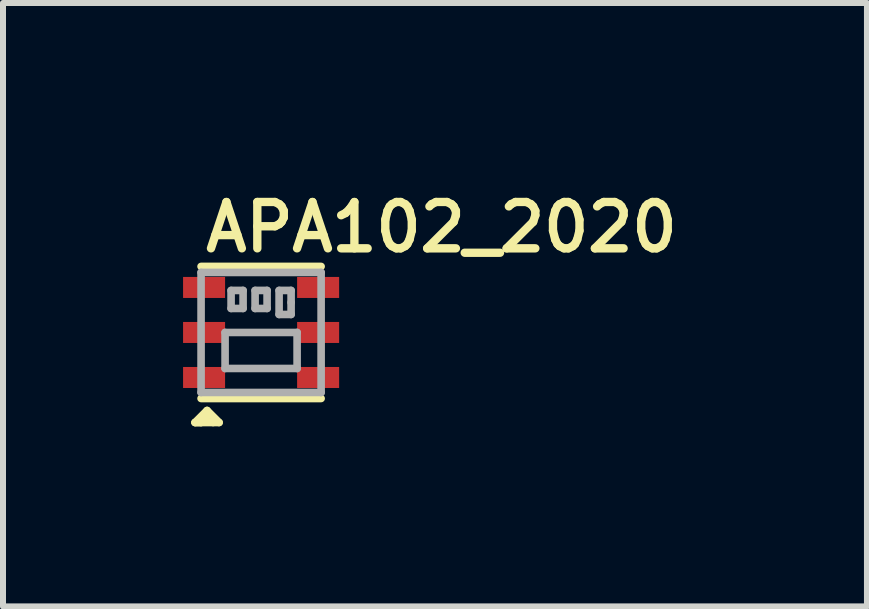
<source format=kicad_pcb>
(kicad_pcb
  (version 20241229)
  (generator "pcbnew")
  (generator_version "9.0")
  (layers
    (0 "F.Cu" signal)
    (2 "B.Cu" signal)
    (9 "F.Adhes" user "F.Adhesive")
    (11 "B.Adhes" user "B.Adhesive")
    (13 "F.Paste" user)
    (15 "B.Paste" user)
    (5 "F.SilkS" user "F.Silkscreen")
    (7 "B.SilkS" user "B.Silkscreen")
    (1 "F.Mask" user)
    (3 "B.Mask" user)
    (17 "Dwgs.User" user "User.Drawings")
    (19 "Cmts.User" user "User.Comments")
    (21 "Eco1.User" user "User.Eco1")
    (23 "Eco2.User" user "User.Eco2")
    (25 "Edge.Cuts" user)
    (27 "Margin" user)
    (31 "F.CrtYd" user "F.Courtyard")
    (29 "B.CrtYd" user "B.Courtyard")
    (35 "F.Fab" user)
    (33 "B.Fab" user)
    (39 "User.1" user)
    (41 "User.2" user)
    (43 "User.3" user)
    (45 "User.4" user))
  (footprint "APA102_2020"
    (layer "F.Cu")
    (at 1.3 2.489)
    (property "Reference" "APA102_2020" (at -1 -1.3 0) (layer "F.SilkS") (effects (font (size 0.772 0.772) (thickness 0.139)) (justify left bottom)))
    (attr through_hole)
    (fp_line (start -1.1 1.5) (end -1 1.5) (stroke (width 0.127) (type solid)) (layer "F.SilkS"))
    (fp_line (start -1.1 1.5) (end -0.8 1.5) (stroke (width 0.127) (type solid)) (layer "F.SilkS"))
    (fp_line (start -1 1.5) (end -0.9 1.4) (stroke (width 0.127) (type solid)) (layer "F.SilkS"))
    (fp_line (start -0.9 1.3) (end -1.1 1.5) (stroke (width 0.127) (type solid)) (layer "F.SilkS"))
    (fp_line (start -0.8 1.5) (end -0.7 1.5) (stroke (width 0.127) (type solid)) (layer "F.SilkS"))
    (fp_line (start -0.7 1.5) (end -0.9 1.3) (stroke (width 0.127) (type solid)) (layer "F.SilkS"))
    (fp_line (start 1 -1.1) (end -1 -1.1) (stroke (width 0.127) (type solid)) (layer "F.SilkS"))
    (fp_line (start 1 1.1) (end -1 1.1) (stroke (width 0.127) (type solid)) (layer "F.SilkS"))
    (fp_line (start -1 -1) (end 1 -1) (stroke (width 0.127) (type solid)) (layer "F.Fab"))
    (fp_line (start -1 1) (end -1 -1) (stroke (width 0.127) (type solid)) (layer "F.Fab"))
    (fp_line (start -0.6 0) (end 0.6 0) (stroke (width 0.127) (type solid)) (layer "F.Fab"))
    (fp_line (start -0.6 0.6) (end -0.6 0) (stroke (width 0.127) (type solid)) (layer "F.Fab"))
    (fp_line (start -0.5 -0.7) (end -0.3 -0.7) (stroke (width 0.127) (type solid)) (layer "F.Fab"))
    (fp_line (start -0.5 -0.4) (end -0.5 -0.7) (stroke (width 0.127) (type solid)) (layer "F.Fab"))
    (fp_line (start -0.3 -0.7) (end -0.3 -0.4) (stroke (width 0.127) (type solid)) (layer "F.Fab"))
    (fp_line (start -0.3 -0.4) (end -0.5 -0.4) (stroke (width 0.127) (type solid)) (layer "F.Fab"))
    (fp_line (start -0.1 -0.7) (end 0.1 -0.7) (stroke (width 0.127) (type solid)) (layer "F.Fab"))
    (fp_line (start -0.1 -0.4) (end -0.1 -0.7) (stroke (width 0.127) (type solid)) (layer "F.Fab"))
    (fp_line (start 0.1 -0.7) (end 0.1 -0.4) (stroke (width 0.127) (type solid)) (layer "F.Fab"))
    (fp_line (start 0.1 -0.4) (end -0.1 -0.4) (stroke (width 0.127) (type solid)) (layer "F.Fab"))
    (fp_line (start 0.3 -0.7) (end 0.5 -0.7) (stroke (width 0.127) (type solid)) (layer "F.Fab"))
    (fp_line (start 0.3 -0.3) (end 0.3 -0.7) (stroke (width 0.127) (type solid)) (layer "F.Fab"))
    (fp_line (start 0.5 -0.7) (end 0.5 -0.5) (stroke (width 0.127) (type solid)) (layer "F.Fab"))
    (fp_line (start 0.5 -0.5) (end 0.5 -0.3) (stroke (width 0.127) (type solid)) (layer "F.Fab"))
    (fp_line (start 0.5 -0.3) (end 0.3 -0.3) (stroke (width 0.127) (type solid)) (layer "F.Fab"))
    (fp_line (start 0.6 0) (end 0.6 0.6) (stroke (width 0.127) (type solid)) (layer "F.Fab"))
    (fp_line (start 0.6 0.6) (end -0.6 0.6) (stroke (width 0.127) (type solid)) (layer "F.Fab"))
    (fp_line (start 1 -1) (end 1 1) (stroke (width 0.127) (type solid)) (layer "F.Fab"))
    (fp_line (start 1 1) (end -1 1) (stroke (width 0.127) (type solid)) (layer "F.Fab"))
    (pad "1" smd rect (at -0.95 0.75 180) (size 0.7 0.35) (layers "F.Cu" "F.Mask" "F.Paste"))
    (pad "2" smd rect (at -0.95 0 180) (size 0.7 0.35) (layers "F.Cu" "F.Mask" "F.Paste"))
    (pad "3" smd rect (at -0.95 -0.75 180) (size 0.7 0.35) (layers "F.Cu" "F.Mask" "F.Paste"))
    (pad "4" smd rect (at 0.95 -0.75 180) (size 0.7 0.35) (layers "F.Cu" "F.Mask" "F.Paste"))
    (pad "5" smd rect (at 0.95 0 180) (size 0.7 0.35) (layers "F.Cu" "F.Mask" "F.Paste"))
    (pad "6" smd rect (at 0.95 0.75 180) (size 0.7 0.35) (layers "F.Cu" "F.Mask" "F.Paste")))
  (gr_rect
    (start -3 -3)
    (end 11.394 7.053)
    (stroke (width 0.1) (type default))
    (fill no)
    (layer "Edge.Cuts")))
</source>
